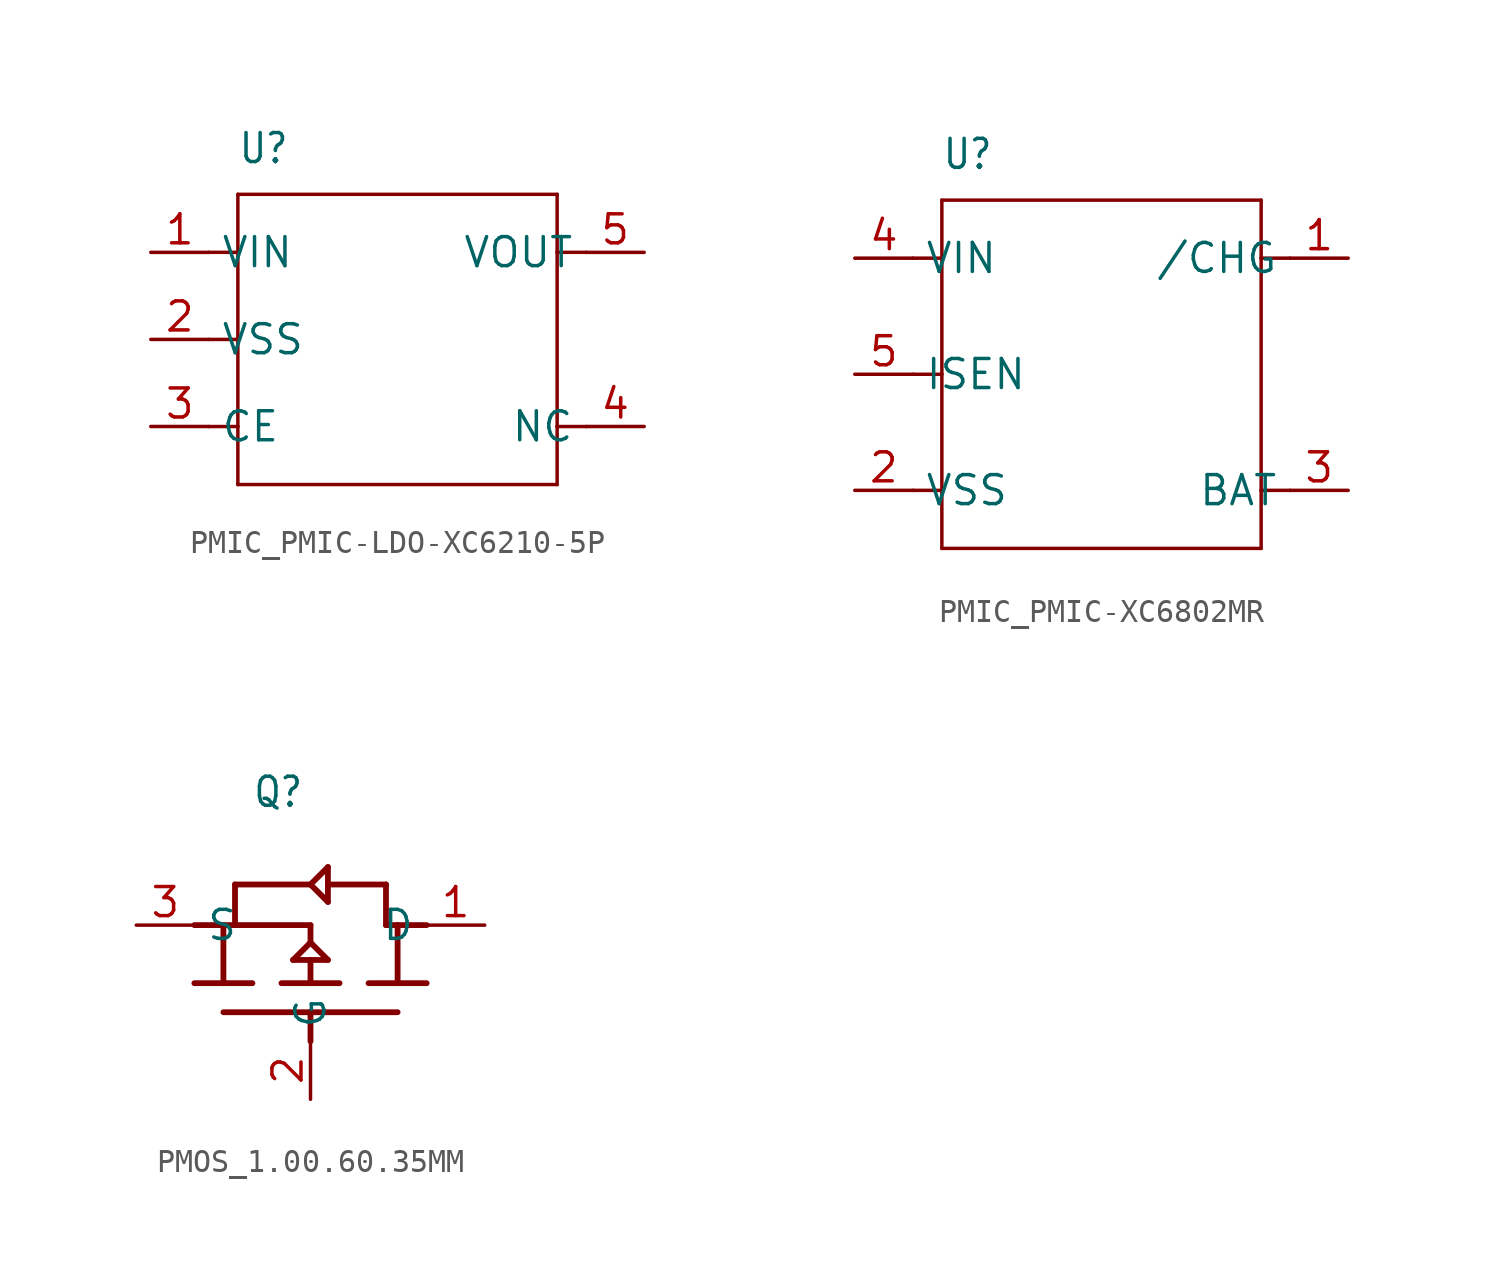
<source format=kicad_sym>
(kicad_symbol_lib
  (version 20231120)
  (generator "kicad_symbol_editor")
  (generator_version "8.0")
  (symbol "PMIC_PMIC-LDO-XC6210-5P"
    (property "Reference" "U"
      (at -7.62 7.62 0)
      (effects (font (size 1.27 1.079)) (justify left bottom)))
    (property "Value" ""
      (at -7.62 6.35 0)
      (effects (font (size 1.27 1.079)) (justify left bottom)))
    (property "ki_locked" ""
      (at 0 0 0)
      (effects (font (size 1.27 1.27))))
    (symbol "PMIC_PMIC-LDO-XC6210-5P_1_0"
      (polyline (pts (xy -7.62 -6.35) (xy -7.62 -3.81)) (stroke (width 0.152) (type solid)) (fill (type none)))
      (polyline (pts (xy -7.62 -3.81) (xy -8.89 -3.81)) (stroke (width 0.152) (type solid)) (fill (type none)))
      (polyline (pts (xy -7.62 -3.81) (xy -7.62 0)) (stroke (width 0.152) (type solid)) (fill (type none)))
      (polyline (pts (xy -7.62 0) (xy -8.89 0)) (stroke (width 0.152) (type solid)) (fill (type none)))
      (polyline (pts (xy -7.62 0) (xy -7.62 3.81)) (stroke (width 0.152) (type solid)) (fill (type none)))
      (polyline (pts (xy -7.62 3.81) (xy -8.89 3.81)) (stroke (width 0.152) (type solid)) (fill (type none)))
      (polyline (pts (xy -7.62 3.81) (xy -7.62 6.35)) (stroke (width 0.152) (type solid)) (fill (type none)))
      (polyline (pts (xy -7.62 6.35) (xy 6.35 6.35)) (stroke (width 0.152) (type solid)) (fill (type none)))
      (polyline (pts (xy 6.35 -6.35) (xy -7.62 -6.35)) (stroke (width 0.152) (type solid)) (fill (type none)))
      (polyline (pts (xy 6.35 -3.81) (xy 6.35 -6.35)) (stroke (width 0.152) (type solid)) (fill (type none)))
      (polyline (pts (xy 6.35 3.81) (xy 6.35 -3.81)) (stroke (width 0.152) (type solid)) (fill (type none)))
      (polyline (pts (xy 6.35 6.35) (xy 6.35 3.81)) (stroke (width 0.152) (type solid)) (fill (type none)))
      (polyline (pts (xy 7.62 -3.81) (xy 6.35 -3.81)) (stroke (width 0.152) (type solid)) (fill (type none)))
      (polyline (pts (xy 7.62 3.81) (xy 6.35 3.81)) (stroke (width 0.152) (type solid)) (fill (type none)))
      (pin bidirectional line (at -11.43 3.81 0) (length 2.54) (name "VIN" (effects (font (size 1.27 1.27)))) (number "1" (effects (font (size 1.27 1.27)))))
      (pin bidirectional line (at -11.43 0 0) (length 2.54) (name "VSS" (effects (font (size 1.27 1.27)))) (number "2" (effects (font (size 1.27 1.27)))))
      (pin bidirectional line (at -11.43 -3.81 0) (length 2.54) (name "CE" (effects (font (size 1.27 1.27)))) (number "3" (effects (font (size 1.27 1.27)))))
      (pin bidirectional line (at 10.16 -3.81 180) (length 2.54) (name "NC" (effects (font (size 1.27 1.27)))) (number "4" (effects (font (size 1.27 1.27)))))
      (pin bidirectional line (at 10.16 3.81 180) (length 2.54) (name "VOUT" (effects (font (size 1.27 1.27)))) (number "5" (effects (font (size 1.27 1.27)))))))
  (symbol "PMIC_PMIC-XC6802MR"
    (property "Reference" "U"
      (at -7.62 8.89 0)
      (effects (font (size 1.27 1.079)) (justify left bottom)))
    (property "Value" ""
      (at -7.62 7.62 0)
      (effects (font (size 1.27 1.079)) (justify left bottom)))
    (property "ki_locked" ""
      (at 0 0 0)
      (effects (font (size 1.27 1.27))))
    (symbol "PMIC_PMIC-XC6802MR_1_0"
      (polyline (pts (xy -8.89 -5.08) (xy -7.62 -5.08)) (stroke (width 0.152) (type solid)) (fill (type none)))
      (polyline (pts (xy -8.89 0) (xy -7.62 0)) (stroke (width 0.152) (type solid)) (fill (type none)))
      (polyline (pts (xy -8.89 5.08) (xy -7.62 5.08)) (stroke (width 0.152) (type solid)) (fill (type none)))
      (polyline (pts (xy -7.62 -7.62) (xy -7.62 -5.08)) (stroke (width 0.152) (type solid)) (fill (type none)))
      (polyline (pts (xy -7.62 -5.08) (xy -7.62 0)) (stroke (width 0.152) (type solid)) (fill (type none)))
      (polyline (pts (xy -7.62 0) (xy -7.62 5.08)) (stroke (width 0.152) (type solid)) (fill (type none)))
      (polyline (pts (xy -7.62 5.08) (xy -7.62 7.62)) (stroke (width 0.152) (type solid)) (fill (type none)))
      (polyline (pts (xy -7.62 7.62) (xy 6.35 7.62)) (stroke (width 0.152) (type solid)) (fill (type none)))
      (polyline (pts (xy 6.35 -7.62) (xy -7.62 -7.62)) (stroke (width 0.152) (type solid)) (fill (type none)))
      (polyline (pts (xy 6.35 -5.08) (xy 6.35 -7.62)) (stroke (width 0.152) (type solid)) (fill (type none)))
      (polyline (pts (xy 6.35 5.08) (xy 6.35 -5.08)) (stroke (width 0.152) (type solid)) (fill (type none)))
      (polyline (pts (xy 6.35 7.62) (xy 6.35 5.08)) (stroke (width 0.152) (type solid)) (fill (type none)))
      (polyline (pts (xy 7.62 -5.08) (xy 6.35 -5.08)) (stroke (width 0.152) (type solid)) (fill (type none)))
      (polyline (pts (xy 7.62 5.08) (xy 6.35 5.08)) (stroke (width 0.152) (type solid)) (fill (type none)))
      (pin bidirectional line (at 10.16 5.08 180) (length 2.54) (name "/CHG" (effects (font (size 1.27 1.27)))) (number "1" (effects (font (size 1.27 1.27)))))
      (pin bidirectional line (at -11.43 -5.08 0) (length 2.54) (name "VSS" (effects (font (size 1.27 1.27)))) (number "2" (effects (font (size 1.27 1.27)))))
      (pin bidirectional line (at 10.16 -5.08 180) (length 2.54) (name "BAT" (effects (font (size 1.27 1.27)))) (number "3" (effects (font (size 1.27 1.27)))))
      (pin bidirectional line (at -11.43 5.08 0) (length 2.54) (name "VIN" (effects (font (size 1.27 1.27)))) (number "4" (effects (font (size 1.27 1.27)))))
      (pin bidirectional line (at -11.43 0 0) (length 2.54) (name "ISEN" (effects (font (size 1.27 1.27)))) (number "5" (effects (font (size 1.27 1.27)))))))
  (symbol "PMOS_1.00.60.35MM"
    (property "Reference" "Q"
      (at -2.54 7.62 0)
      (effects (font (size 1.27 1.079)) (justify left bottom)))
    (property "Value" ""
      (at -2.54 5.08 0)
      (effects (font (size 1.27 1.079)) (justify left bottom)))
    (property "ki_locked" ""
      (at 0 0 0)
      (effects (font (size 1.27 1.27))))
    (symbol "PMOS_1.00.60.35MM_1_0"
      (polyline (pts (xy -5.08 0) (xy -3.81 0)) (stroke (width 0.254) (type solid)) (fill (type none)))
      (polyline (pts (xy -3.81 -1.27) (xy 0 -1.27)) (stroke (width 0.254) (type solid)) (fill (type none)))
      (polyline (pts (xy -3.81 0) (xy -2.54 0)) (stroke (width 0.254) (type solid)) (fill (type none)))
      (polyline (pts (xy -3.81 2.54) (xy -5.08 2.54)) (stroke (width 0.254) (type solid)) (fill (type none)))
      (polyline (pts (xy -3.81 2.54) (xy -3.81 0)) (stroke (width 0.254) (type solid)) (fill (type none)))
      (polyline (pts (xy -3.81 2.54) (xy -3.302 2.54)) (stroke (width 0.254) (type solid)) (fill (type none)))
      (polyline (pts (xy -3.302 2.54) (xy -3.302 4.318)) (stroke (width 0.254) (type solid)) (fill (type none)))
      (polyline (pts (xy -3.302 2.54) (xy 0 2.54)) (stroke (width 0.254) (type solid)) (fill (type none)))
      (polyline (pts (xy -3.302 4.318) (xy 0 4.318)) (stroke (width 0.254) (type solid)) (fill (type none)))
      (polyline (pts (xy -1.27 0) (xy 0 0)) (stroke (width 0.254) (type solid)) (fill (type none)))
      (polyline (pts (xy -0.762 1.016) (xy 0 1.016)) (stroke (width 0.254) (type solid)) (fill (type none)))
      (polyline (pts (xy 0 -1.27) (xy 0 -2.54)) (stroke (width 0.254) (type solid)) (fill (type none)))
      (polyline (pts (xy 0 -1.27) (xy 3.81 -1.27)) (stroke (width 0.254) (type solid)) (fill (type none)))
      (polyline (pts (xy 0 0) (xy 1.27 0)) (stroke (width 0.254) (type solid)) (fill (type none)))
      (polyline (pts (xy 0 1.016) (xy 0 0)) (stroke (width 0.254) (type solid)) (fill (type none)))
      (polyline (pts (xy 0 1.016) (xy 0.762 1.016)) (stroke (width 0.254) (type solid)) (fill (type none)))
      (polyline (pts (xy 0 1.778) (xy -0.762 1.016)) (stroke (width 0.254) (type solid)) (fill (type none)))
      (polyline (pts (xy 0 2.54) (xy 0 1.778)) (stroke (width 0.254) (type solid)) (fill (type none)))
      (polyline (pts (xy 0 4.318) (xy 0.762 3.556)) (stroke (width 0.254) (type solid)) (fill (type none)))
      (polyline (pts (xy 0.762 1.016) (xy 0 1.778)) (stroke (width 0.254) (type solid)) (fill (type none)))
      (polyline (pts (xy 0.762 3.556) (xy 0.762 4.318)) (stroke (width 0.254) (type solid)) (fill (type none)))
      (polyline (pts (xy 0.762 4.318) (xy 0.762 5.08)) (stroke (width 0.254) (type solid)) (fill (type none)))
      (polyline (pts (xy 0.762 4.318) (xy 3.302 4.318)) (stroke (width 0.254) (type solid)) (fill (type none)))
      (polyline (pts (xy 0.762 5.08) (xy 0 4.318)) (stroke (width 0.254) (type solid)) (fill (type none)))
      (polyline (pts (xy 2.54 0) (xy 3.81 0)) (stroke (width 0.254) (type solid)) (fill (type none)))
      (polyline (pts (xy 3.302 2.54) (xy 3.81 2.54)) (stroke (width 0.254) (type solid)) (fill (type none)))
      (polyline (pts (xy 3.302 4.318) (xy 3.302 2.54)) (stroke (width 0.254) (type solid)) (fill (type none)))
      (polyline (pts (xy 3.81 0) (xy 5.08 0)) (stroke (width 0.254) (type solid)) (fill (type none)))
      (polyline (pts (xy 3.81 2.54) (xy 3.81 0)) (stroke (width 0.254) (type solid)) (fill (type none)))
      (polyline (pts (xy 3.81 2.54) (xy 5.08 2.54)) (stroke (width 0.254) (type solid)) (fill (type none)))
      (pin bidirectional line (at 7.62 2.54 180) (length 2.54) (name "D" (effects (font (size 1.27 1.27)))) (number "1" (effects (font (size 1.27 1.27)))))
      (pin bidirectional line (at 0 -5.08 90) (length 2.54) (name "G" (effects (font (size 1.27 1.27)))) (number "2" (effects (font (size 1.27 1.27)))))
      (pin bidirectional line (at -7.62 2.54 0) (length 2.54) (name "S" (effects (font (size 1.27 1.27)))) (number "3" (effects (font (size 1.27 1.27))))))))
</source>
